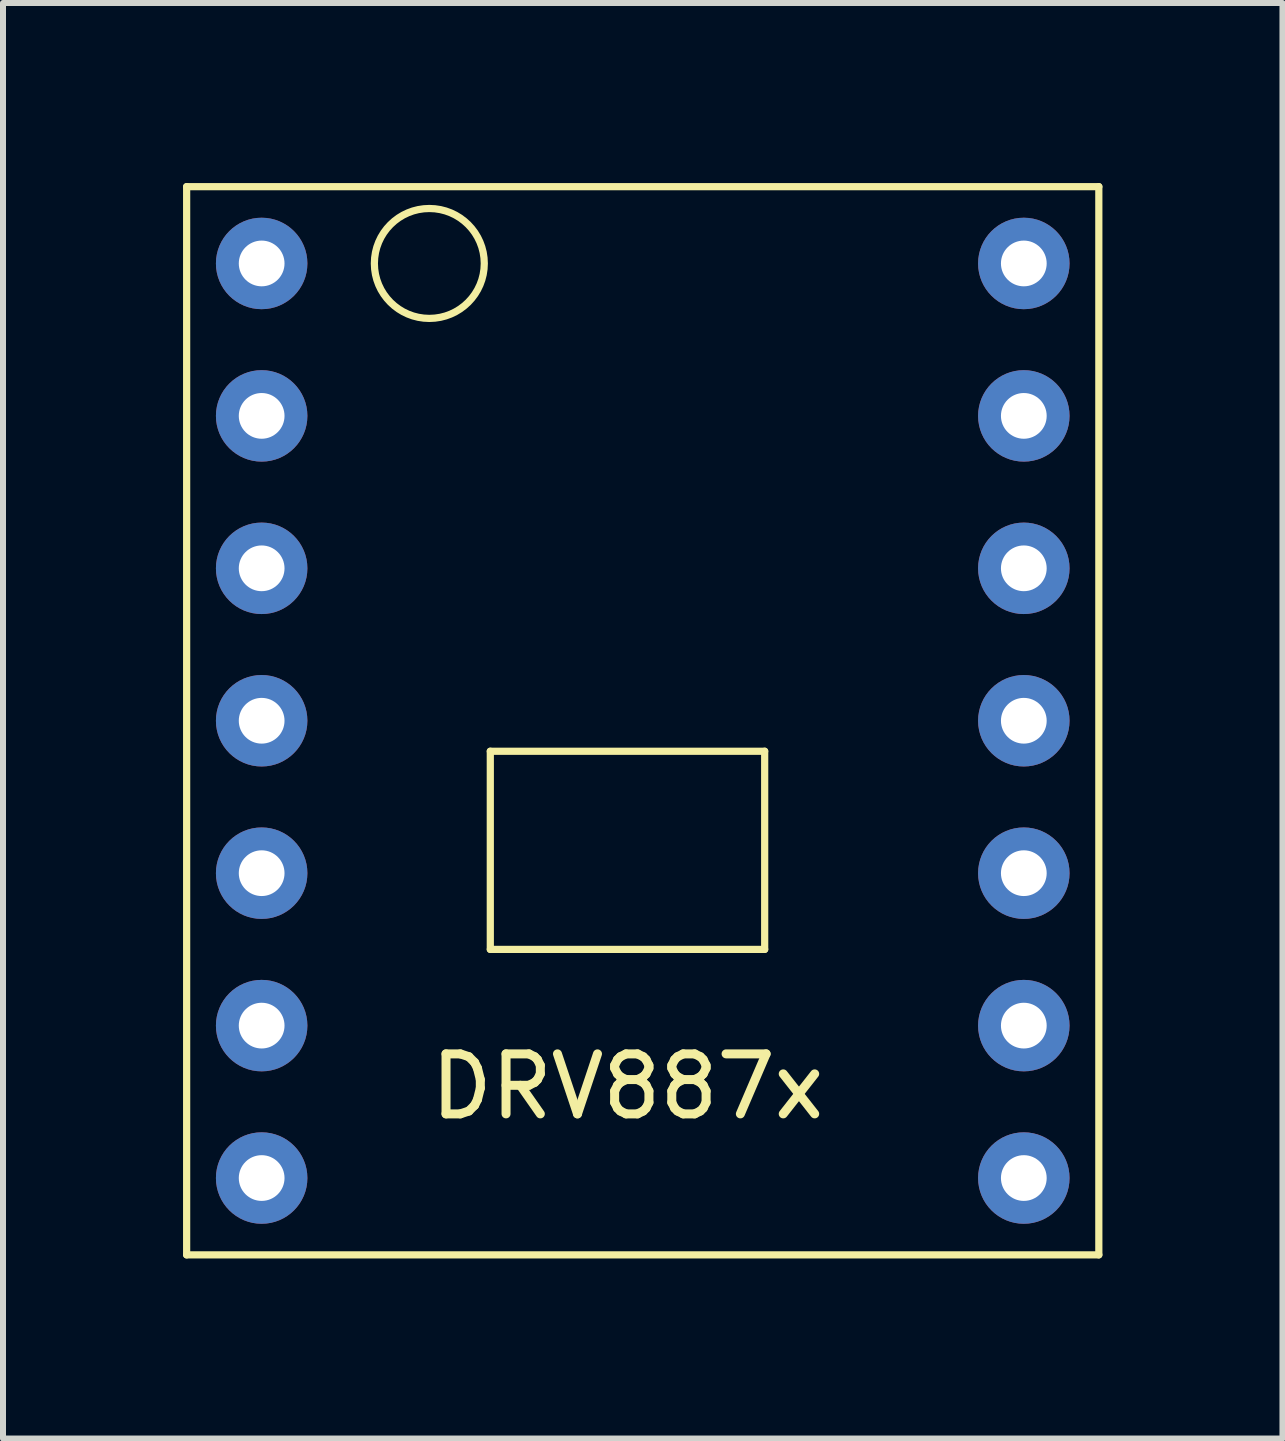
<source format=kicad_pcb>
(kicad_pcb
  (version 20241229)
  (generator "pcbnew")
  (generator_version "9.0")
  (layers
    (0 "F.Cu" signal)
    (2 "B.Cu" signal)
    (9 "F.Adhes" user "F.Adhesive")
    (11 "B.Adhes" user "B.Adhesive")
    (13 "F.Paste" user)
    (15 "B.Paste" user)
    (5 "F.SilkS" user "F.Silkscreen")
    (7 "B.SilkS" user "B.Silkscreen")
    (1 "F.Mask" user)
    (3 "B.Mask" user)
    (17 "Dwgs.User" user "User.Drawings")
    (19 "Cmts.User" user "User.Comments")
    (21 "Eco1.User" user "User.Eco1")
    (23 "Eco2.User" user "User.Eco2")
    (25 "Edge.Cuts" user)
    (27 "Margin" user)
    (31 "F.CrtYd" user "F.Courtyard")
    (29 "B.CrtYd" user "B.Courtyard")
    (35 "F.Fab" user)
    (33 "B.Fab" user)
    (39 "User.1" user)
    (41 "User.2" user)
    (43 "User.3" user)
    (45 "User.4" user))
  (footprint "DRV887x"
    (layer "F.Cu")
    (at 7.66 8.96)
    (property "Reference" "DRV887x" (at -0.254 6.096 0) (layer "F.SilkS") (effects (font (size 1 1) (thickness 0.15))))
    (attr through_hole)
    (fp_line (start -7.6 -8.9) (end 7.6 -8.9) (stroke (width 0.12) (type solid)) (layer "F.SilkS"))
    (fp_line (start -7.6 8.9) (end -7.6 -8.9) (stroke (width 0.12) (type solid)) (layer "F.SilkS"))
    (fp_line (start -2.54 0.508) (end 2.032 0.508) (stroke (width 0.12) (type solid)) (layer "F.SilkS"))
    (fp_line (start -2.54 3.81) (end -2.54 0.508) (stroke (width 0.12) (type solid)) (layer "F.SilkS"))
    (fp_line (start 2.032 0.508) (end 2.032 3.81) (stroke (width 0.12) (type solid)) (layer "F.SilkS"))
    (fp_line (start 2.032 3.81) (end -2.54 3.81) (stroke (width 0.12) (type solid)) (layer "F.SilkS"))
    (fp_line (start 7.6 -8.9) (end 7.6 8.9) (stroke (width 0.12) (type solid)) (layer "F.SilkS"))
    (fp_line (start 7.6 8.9) (end -7.6 8.9) (stroke (width 0.12) (type solid)) (layer "F.SilkS"))
    (fp_circle (center -3.556 -7.62) (end -2.794 -8.128) (stroke (width 0.12) (type solid)) (fill no) (layer "F.SilkS"))
    (pad "1" thru_hole circle (at -6.35 -7.62) (size 1.524 1.524) (drill 0.762) (layers "*.Cu" "*.Mask"))
    (pad "2" thru_hole circle (at -6.35 -5.08) (size 1.524 1.524) (drill 0.762) (layers "*.Cu" "*.Mask"))
    (pad "3" thru_hole circle (at -6.35 -2.54) (size 1.524 1.524) (drill 0.762) (layers "*.Cu" "*.Mask"))
    (pad "4" thru_hole circle (at -6.35 0) (size 1.524 1.524) (drill 0.762) (layers "*.Cu" "*.Mask"))
    (pad "5" thru_hole circle (at -6.35 2.54) (size 1.524 1.524) (drill 0.762) (layers "*.Cu" "*.Mask"))
    (pad "6" thru_hole circle (at -6.35 5.08) (size 1.524 1.524) (drill 0.762) (layers "*.Cu" "*.Mask"))
    (pad "7" thru_hole circle (at -6.35 7.62) (size 1.524 1.524) (drill 0.762) (layers "*.Cu" "*.Mask"))
    (pad "8" thru_hole circle (at 6.35 7.62) (size 1.524 1.524) (drill 0.762) (layers "*.Cu" "*.Mask"))
    (pad "9" thru_hole circle (at 6.35 5.08) (size 1.524 1.524) (drill 0.762) (layers "*.Cu" "*.Mask"))
    (pad "10" thru_hole circle (at 6.35 2.54) (size 1.524 1.524) (drill 0.762) (layers "*.Cu" "*.Mask"))
    (pad "11" thru_hole circle (at 6.35 0) (size 1.524 1.524) (drill 0.762) (layers "*.Cu" "*.Mask"))
    (pad "12" thru_hole circle (at 6.35 -2.54) (size 1.524 1.524) (drill 0.762) (layers "*.Cu" "*.Mask"))
    (pad "13" thru_hole circle (at 6.35 -5.08) (size 1.524 1.524) (drill 0.762) (layers "*.Cu" "*.Mask"))
    (pad "14" thru_hole circle (at 6.35 -7.62) (size 1.524 1.524) (drill 0.762) (layers "*.Cu" "*.Mask")))
  (gr_rect
    (start -3 -3)
    (end 18.32 20.92)
    (stroke (width 0.1) (type default))
    (fill no)
    (layer "Edge.Cuts")))
</source>
